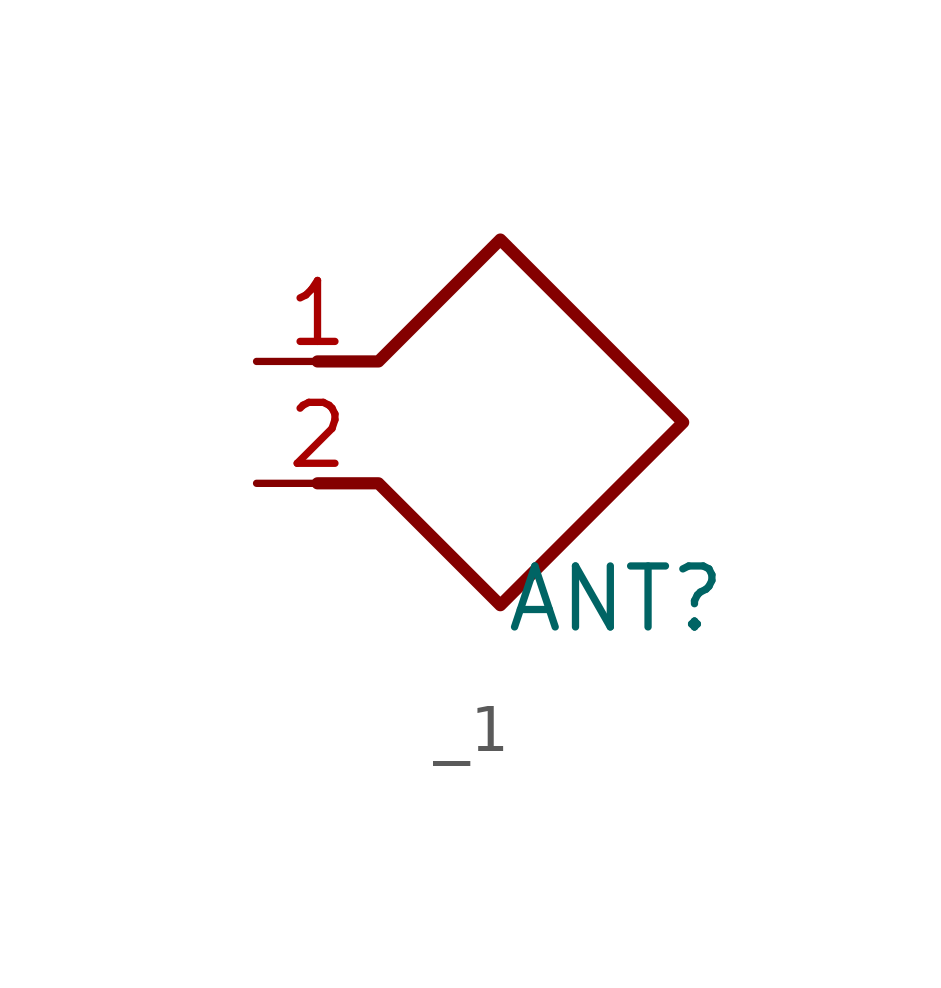
<source format=kicad_sym>
(kicad_symbol_lib
  (version 20241209)
  (generator "kicad_symbol_editor")
  (generator_version "9.0")
  (symbol "_1"
    (property "Reference" "ANT"
      (at 5.588 0.762 0)
      (effects (font (size 1.27 1.27))))
    (property "Value" ""
      (at 0 0 0)
      (effects (font (size 1.27 1.27))))
    (symbol "_1_0_1"
      (polyline (pts (xy -0.635 3.175) (xy 0.635 3.175) (xy 3.175 0.635) (xy 6.985 4.445) (xy 3.175 8.255) (xy 0.635 5.715) (xy -0.635 5.715)) (stroke (width 0.254) (type default)) (fill (type none))))
    (symbol "_1_1_1"
      (pin input line (at -1.905 5.715 0) (length 2.54) (name "~" (effects (font (size 1.27 1.27)))) (number "1" (effects (font (size 1.27 1.27)))))
      (pin input line (at -1.905 3.175 0) (length 2.54) (name "~" (effects (font (size 1.27 1.27)))) (number "2" (effects (font (size 1.27 1.27))))))))
</source>
